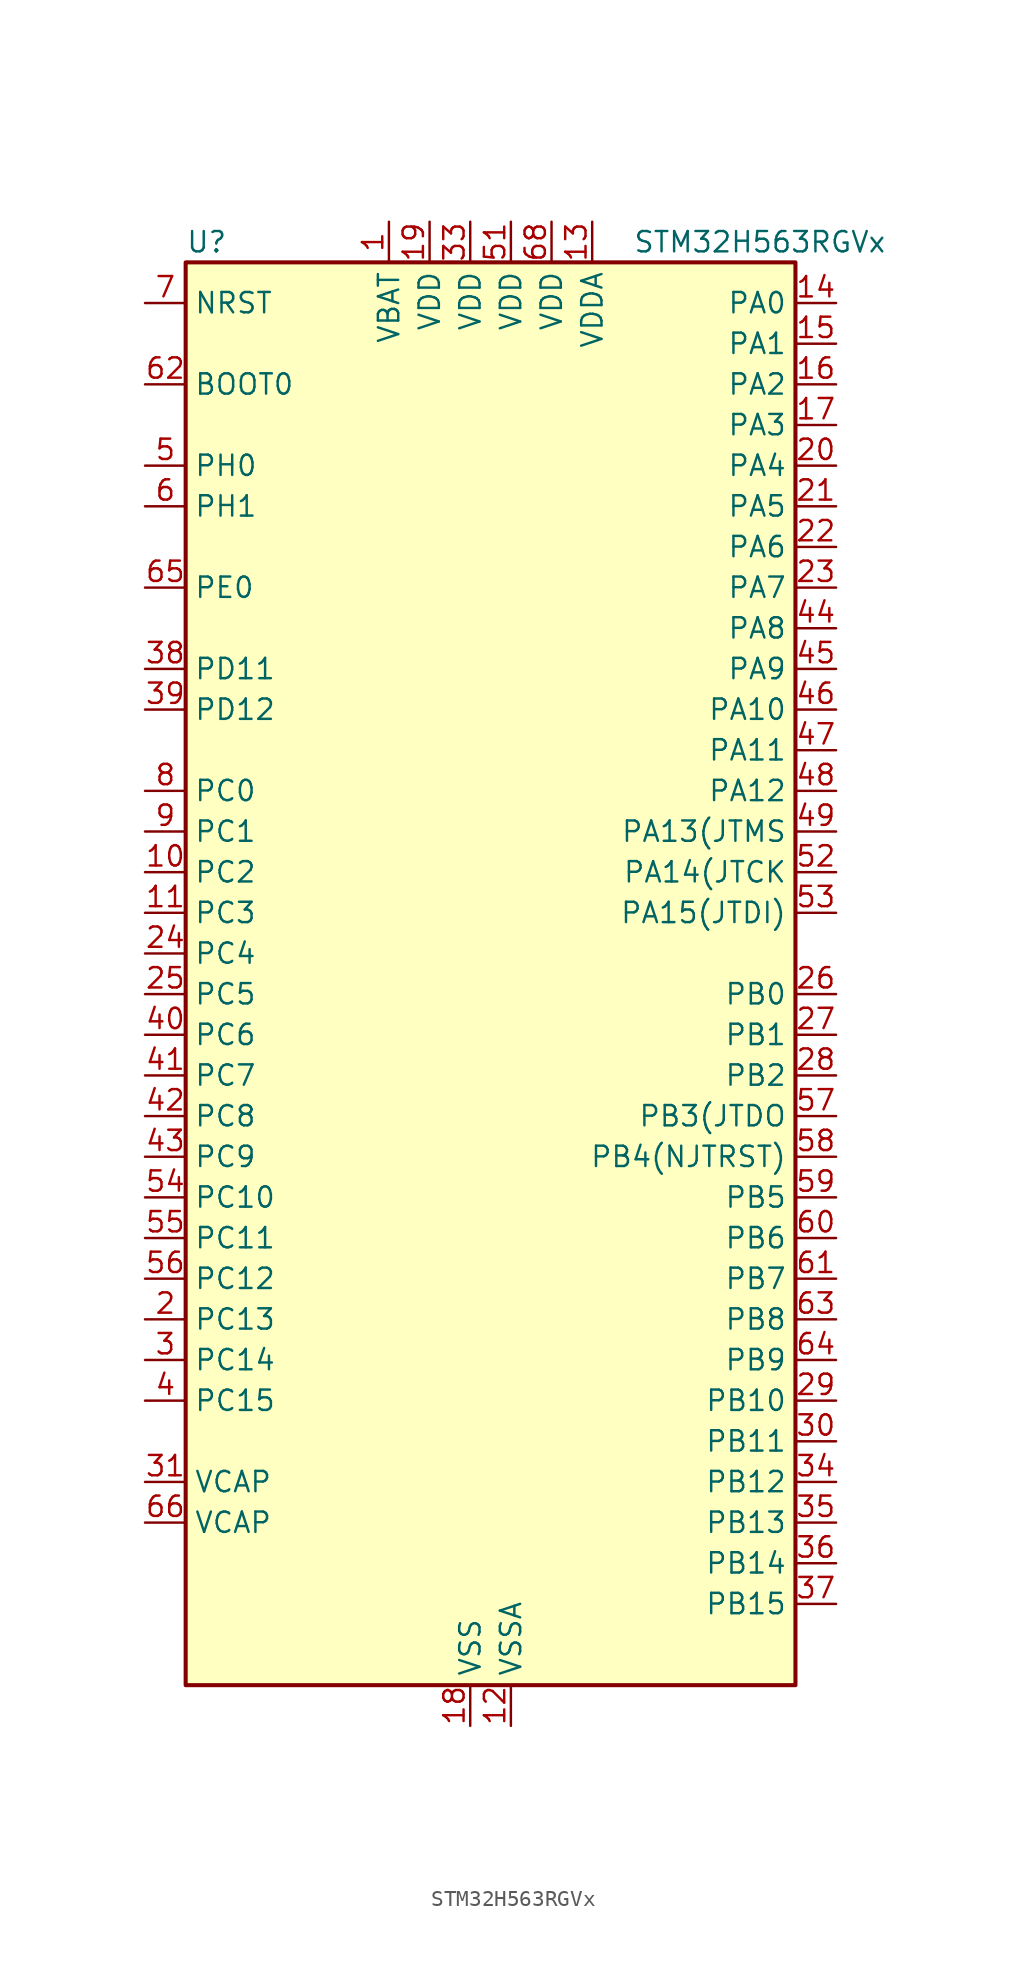
<source format=kicad_sym>
(kicad_symbol_lib
  (version 20231120)
  (generator "kicad_symbol_editor")
  (generator_version "8.0")
  (symbol "STM32H563RGVx"
    (property "Reference" "U"
      (at -17.78 46.99 0)
      (effects (font (size 1.27 1.27)) (justify left)))
    (property "Value" "STM32H563RGVx"
      (at 10.16 46.99 0)
      (effects (font (size 1.27 1.27)) (justify left)))
    (property "ki_locked" ""
      (at 0 0 0)
      (effects (font (size 1.27 1.27))))
    (symbol "STM32H563RGVx_0_1"
      (rectangle (start -17.78 -43.18) (end 20.32 45.72) (stroke (width 0.254) (type default)) (fill (type background))))
    (symbol "STM32H563RGVx_1_1"
      (pin power_in line (at -5.08 48.26 270) (length 2.54) (name "VBAT" (effects (font (size 1.27 1.27)))) (number "1" (effects (font (size 1.27 1.27)))))
      (pin bidirectional line (at -20.32 7.62 0) (length 2.54) (name "PC2" (effects (font (size 1.27 1.27)))) (number "10" (effects (font (size 1.27 1.27)))) (alternate "ADC1_INN11" bidirectional line) (alternate "ADC1_INP12" bidirectional line) (alternate "ADC2_INN11" bidirectional line) (alternate "ADC2_INP12" bidirectional line) (alternate "ETH_TXD2" bidirectional line) (alternate "I2S2_SDI" bidirectional line) (alternate "OCTOSPI1_IO2" bidirectional line) (alternate "OCTOSPI1_IO5" bidirectional line) (alternate "PWR_CSLEEP" bidirectional line) (alternate "SPI2_MISO" bidirectional line) (alternate "TIM17_CH1" bidirectional line) (alternate "TIM4_CH4" bidirectional line))
      (pin bidirectional line (at -20.32 5.08 0) (length 2.54) (name "PC3" (effects (font (size 1.27 1.27)))) (number "11" (effects (font (size 1.27 1.27)))) (alternate "ADC1_INN12" bidirectional line) (alternate "ADC1_INP13" bidirectional line) (alternate "ADC2_INN12" bidirectional line) (alternate "ADC2_INP13" bidirectional line) (alternate "ETH_TX_CLK" bidirectional line) (alternate "I2S2_SDO" bidirectional line) (alternate "LPTIM3_CH1" bidirectional line) (alternate "OCTOSPI1_IO0" bidirectional line) (alternate "OCTOSPI1_IO6" bidirectional line) (alternate "PWR_CSTOP" bidirectional line) (alternate "SAI1_D3" bidirectional line) (alternate "SPI2_MOSI" bidirectional line))
      (pin power_in line (at 2.54 -45.72 90) (length 2.54) (name "VSSA" (effects (font (size 1.27 1.27)))) (number "12" (effects (font (size 1.27 1.27)))))
      (pin power_in line (at 7.62 48.26 270) (length 2.54) (name "VDDA" (effects (font (size 1.27 1.27)))) (number "13" (effects (font (size 1.27 1.27)))))
      (pin bidirectional line (at 22.86 43.18 180) (length 2.54) (name "PA0" (effects (font (size 1.27 1.27)))) (number "14" (effects (font (size 1.27 1.27)))) (alternate "ADC1_INN1" bidirectional line) (alternate "ADC1_INP0" bidirectional line) (alternate "ADC2_INN1" bidirectional line) (alternate "ADC2_INP0" bidirectional line) (alternate "ETH_CRS" bidirectional line) (alternate "PWR_WKUP1" bidirectional line) (alternate "SAI2_SD_B" bidirectional line) (alternate "SPI3_RDY" bidirectional line) (alternate "SPI6_NSS" bidirectional line) (alternate "TAMP_IN2" bidirectional line) (alternate "TAMP_OUT1" bidirectional line) (alternate "TIM15_BKIN" bidirectional line) (alternate "TIM2_CH1" bidirectional line) (alternate "TIM2_ETR" bidirectional line) (alternate "TIM5_CH1" bidirectional line) (alternate "TIM8_ETR" bidirectional line) (alternate "UART4_TX" bidirectional line) (alternate "USART2_CTS" bidirectional line) (alternate "USART2_NSS" bidirectional line))
      (pin bidirectional line (at 22.86 40.64 180) (length 2.54) (name "PA1" (effects (font (size 1.27 1.27)))) (number "15" (effects (font (size 1.27 1.27)))) (alternate "ADC1_INP1" bidirectional line) (alternate "ADC2_INP1" bidirectional line) (alternate "ETH_REF_CLK" bidirectional line) (alternate "ETH_RX_CLK" bidirectional line) (alternate "LPTIM1_IN1" bidirectional line) (alternate "OCTOSPI1_DQS" bidirectional line) (alternate "OCTOSPI1_IO3" bidirectional line) (alternate "SAI2_MCLK_B" bidirectional line) (alternate "TAMP_IN5" bidirectional line) (alternate "TAMP_OUT4" bidirectional line) (alternate "TIM15_CH1N" bidirectional line) (alternate "TIM2_CH2" bidirectional line) (alternate "TIM5_CH2" bidirectional line) (alternate "UART4_RX" bidirectional line) (alternate "USART2_RTS" bidirectional line))
      (pin bidirectional line (at 22.86 38.1 180) (length 2.54) (name "PA2" (effects (font (size 1.27 1.27)))) (number "16" (effects (font (size 1.27 1.27)))) (alternate "ADC1_INP14" bidirectional line) (alternate "ADC2_INP14" bidirectional line) (alternate "ETH_MDIO" bidirectional line) (alternate "LPTIM1_IN2" bidirectional line) (alternate "PWR_WKUP2" bidirectional line) (alternate "SAI2_SCK_B" bidirectional line) (alternate "TAMP_IN4" bidirectional line) (alternate "TAMP_OUT3" bidirectional line) (alternate "TIM15_CH1" bidirectional line) (alternate "TIM2_CH3" bidirectional line) (alternate "TIM5_CH3" bidirectional line) (alternate "USART2_TX" bidirectional line))
      (pin bidirectional line (at 22.86 35.56 180) (length 2.54) (name "PA3" (effects (font (size 1.27 1.27)))) (number "17" (effects (font (size 1.27 1.27)))) (alternate "ADC1_INP15" bidirectional line) (alternate "ADC2_INP15" bidirectional line) (alternate "ETH_COL" bidirectional line) (alternate "I2S2_WS" bidirectional line) (alternate "OCTOSPI1_CLK" bidirectional line) (alternate "SAI1_SD_B" bidirectional line) (alternate "SPI2_NSS" bidirectional line) (alternate "TIM15_CH2" bidirectional line) (alternate "TIM2_CH4" bidirectional line) (alternate "TIM5_CH4" bidirectional line) (alternate "USART2_RX" bidirectional line))
      (pin power_in line (at 0 -45.72 90) (length 2.54) (name "VSS" (effects (font (size 1.27 1.27)))) (number "18" (effects (font (size 1.27 1.27)))))
      (pin power_in line (at -2.54 48.26 270) (length 2.54) (name "VDD" (effects (font (size 1.27 1.27)))) (number "19" (effects (font (size 1.27 1.27)))))
      (pin bidirectional line (at -20.32 -20.32 0) (length 2.54) (name "PC13" (effects (font (size 1.27 1.27)))) (number "2" (effects (font (size 1.27 1.27)))) (alternate "PWR_WKUP4" bidirectional line) (alternate "RTC_OUT1" bidirectional line) (alternate "RTC_TS" bidirectional line) (alternate "TAMP_IN1" bidirectional line) (alternate "TAMP_OUT2" bidirectional line) (alternate "TAMP_OUT3" bidirectional line))
      (pin bidirectional line (at 22.86 33.02 180) (length 2.54) (name "PA4" (effects (font (size 1.27 1.27)))) (number "20" (effects (font (size 1.27 1.27)))) (alternate "ADC1_INP18" bidirectional line) (alternate "ADC2_INP18" bidirectional line) (alternate "DAC1_OUT1" bidirectional line) (alternate "DCMI_HSYNC" bidirectional line) (alternate "I2S1_WS" bidirectional line) (alternate "I2S3_WS" bidirectional line) (alternate "LPTIM2_CH1" bidirectional line) (alternate "PSSI_DE" bidirectional line) (alternate "SPI1_NSS" bidirectional line) (alternate "SPI3_NSS" bidirectional line) (alternate "SPI6_NSS" bidirectional line) (alternate "TIM5_ETR" bidirectional line) (alternate "USART2_CK" bidirectional line))
      (pin bidirectional line (at 22.86 30.48 180) (length 2.54) (name "PA5" (effects (font (size 1.27 1.27)))) (number "21" (effects (font (size 1.27 1.27)))) (alternate "ADC1_INN18" bidirectional line) (alternate "ADC1_INP19" bidirectional line) (alternate "ADC2_INN18" bidirectional line) (alternate "ADC2_INP19" bidirectional line) (alternate "DAC1_OUT2" bidirectional line) (alternate "ETH_TX_EN" bidirectional line) (alternate "I2S1_CK" bidirectional line) (alternate "PSSI_D14" bidirectional line) (alternate "SPI1_SCK" bidirectional line) (alternate "SPI6_SCK" bidirectional line) (alternate "TIM2_CH1" bidirectional line) (alternate "TIM2_ETR" bidirectional line) (alternate "TIM8_CH1N" bidirectional line))
      (pin bidirectional line (at 22.86 27.94 180) (length 2.54) (name "PA6" (effects (font (size 1.27 1.27)))) (number "22" (effects (font (size 1.27 1.27)))) (alternate "ADC1_INP3" bidirectional line) (alternate "ADC2_INP3" bidirectional line) (alternate "DCMI_PIXCLK" bidirectional line) (alternate "I2S1_SDI" bidirectional line) (alternate "OCTOSPI1_IO3" bidirectional line) (alternate "PSSI_PDCK" bidirectional line) (alternate "SPI1_MISO" bidirectional line) (alternate "SPI6_MISO" bidirectional line) (alternate "TIM13_CH1" bidirectional line) (alternate "TIM1_BKIN" bidirectional line) (alternate "TIM3_CH1" bidirectional line) (alternate "TIM8_BKIN" bidirectional line) (alternate "USART11_TX" bidirectional line))
      (pin bidirectional line (at 22.86 25.4 180) (length 2.54) (name "PA7" (effects (font (size 1.27 1.27)))) (number "23" (effects (font (size 1.27 1.27)))) (alternate "ADC1_INN3" bidirectional line) (alternate "ADC1_INP7" bidirectional line) (alternate "ADC2_INN3" bidirectional line) (alternate "ADC2_INP7" bidirectional line) (alternate "ETH_CRS_DV" bidirectional line) (alternate "ETH_RX_DV" bidirectional line) (alternate "I2S1_SDO" bidirectional line) (alternate "OCTOSPI1_IO2" bidirectional line) (alternate "SPI1_MOSI" bidirectional line) (alternate "SPI6_MOSI" bidirectional line) (alternate "TIM14_CH1" bidirectional line) (alternate "TIM1_CH1N" bidirectional line) (alternate "TIM3_CH2" bidirectional line) (alternate "TIM8_CH1N" bidirectional line) (alternate "USART11_RX" bidirectional line))
      (pin bidirectional line (at -20.32 2.54 0) (length 2.54) (name "PC4" (effects (font (size 1.27 1.27)))) (number "24" (effects (font (size 1.27 1.27)))) (alternate "ADC1_INP4" bidirectional line) (alternate "ADC2_INP4" bidirectional line) (alternate "ETH_RXD0" bidirectional line) (alternate "I2S1_MCK" bidirectional line) (alternate "LPTIM2_ETR" bidirectional line) (alternate "SAI1_CK1" bidirectional line) (alternate "TIM2_CH4" bidirectional line) (alternate "USART3_RX" bidirectional line))
      (pin bidirectional line (at -20.32 0 0) (length 2.54) (name "PC5" (effects (font (size 1.27 1.27)))) (number "25" (effects (font (size 1.27 1.27)))) (alternate "ADC1_INN4" bidirectional line) (alternate "ADC1_INP8" bidirectional line) (alternate "ADC2_INN4" bidirectional line) (alternate "ADC2_INP8" bidirectional line) (alternate "ETH_RXD1" bidirectional line) (alternate "OCTOSPI1_DQS" bidirectional line) (alternate "PSSI_D15" bidirectional line) (alternate "SAI1_D3" bidirectional line) (alternate "SAI1_FS_A" bidirectional line) (alternate "TIM1_CH4N" bidirectional line))
      (pin bidirectional line (at 22.86 0 180) (length 2.54) (name "PB0" (effects (font (size 1.27 1.27)))) (number "26" (effects (font (size 1.27 1.27)))) (alternate "ADC1_INN5" bidirectional line) (alternate "ADC1_INP9" bidirectional line) (alternate "ADC2_INN5" bidirectional line) (alternate "ADC2_INP9" bidirectional line) (alternate "ETH_RXD2" bidirectional line) (alternate "LPTIM3_CH1" bidirectional line) (alternate "OCTOSPI1_IO1" bidirectional line) (alternate "TIM1_CH2N" bidirectional line) (alternate "TIM3_CH3" bidirectional line) (alternate "TIM8_CH2N" bidirectional line) (alternate "UART4_CTS" bidirectional line) (alternate "USART11_CK" bidirectional line))
      (pin bidirectional line (at 22.86 -2.54 180) (length 2.54) (name "PB1" (effects (font (size 1.27 1.27)))) (number "27" (effects (font (size 1.27 1.27)))) (alternate "ADC1_INP5" bidirectional line) (alternate "ADC2_INP5" bidirectional line) (alternate "ETH_RXD3" bidirectional line) (alternate "LPTIM3_CH2" bidirectional line) (alternate "OCTOSPI1_IO0" bidirectional line) (alternate "TIM1_CH3N" bidirectional line) (alternate "TIM3_CH4" bidirectional line) (alternate "TIM8_CH3N" bidirectional line))
      (pin bidirectional line (at 22.86 -5.08 180) (length 2.54) (name "PB2" (effects (font (size 1.27 1.27)))) (number "28" (effects (font (size 1.27 1.27)))) (alternate "I2S3_SDO" bidirectional line) (alternate "LPTIM1_CH1" bidirectional line) (alternate "LPTIM5_ETR" bidirectional line) (alternate "OCTOSPI1_CLK" bidirectional line) (alternate "OCTOSPI1_DQS" bidirectional line) (alternate "RCC_LSCO" bidirectional line) (alternate "RTC_OUT2" bidirectional line) (alternate "SAI1_D1" bidirectional line) (alternate "SAI1_SD_A" bidirectional line) (alternate "SDMMC1_CMD" bidirectional line) (alternate "SPI1_RDY" bidirectional line) (alternate "SPI3_MOSI" bidirectional line) (alternate "TIM8_CH4N" bidirectional line))
      (pin bidirectional line (at 22.86 -25.4 180) (length 2.54) (name "PB10" (effects (font (size 1.27 1.27)))) (number "29" (effects (font (size 1.27 1.27)))) (alternate "ETH_RX_ER" bidirectional line) (alternate "I2C2_SCL" bidirectional line) (alternate "I2S2_CK" bidirectional line) (alternate "LPTIM2_IN1" bidirectional line) (alternate "LPTIM3_CH1" bidirectional line) (alternate "OCTOSPI1_NCS" bidirectional line) (alternate "SPI2_SCK" bidirectional line) (alternate "TIM2_CH3" bidirectional line) (alternate "USART3_TX" bidirectional line))
      (pin bidirectional line (at -20.32 -22.86 0) (length 2.54) (name "PC14" (effects (font (size 1.27 1.27)))) (number "3" (effects (font (size 1.27 1.27)))) (alternate "RCC_OSC32_IN" bidirectional line))
      (pin bidirectional line (at 22.86 -27.94 180) (length 2.54) (name "PB11" (effects (font (size 1.27 1.27)))) (number "30" (effects (font (size 1.27 1.27)))) (alternate "ADC1_EXTI11" bidirectional line) (alternate "ADC2_EXTI11" bidirectional line) (alternate "ETH_TX_EN" bidirectional line) (alternate "I2C2_SDA" bidirectional line) (alternate "LPTIM2_ETR" bidirectional line) (alternate "SPI2_RDY" bidirectional line) (alternate "TIM2_CH4" bidirectional line) (alternate "USART3_RX" bidirectional line))
      (pin power_out line (at -20.32 -30.48 0) (length 2.54) (name "VCAP" (effects (font (size 1.27 1.27)))) (number "31" (effects (font (size 1.27 1.27)))))
      (pin passive line (at 0 -45.72 90) (length 2.54) hide (name "VSS" (effects (font (size 1.27 1.27)))) (number "32" (effects (font (size 1.27 1.27)))))
      (pin power_in line (at 0 48.26 270) (length 2.54) (name "VDD" (effects (font (size 1.27 1.27)))) (number "33" (effects (font (size 1.27 1.27)))))
      (pin bidirectional line (at 22.86 -30.48 180) (length 2.54) (name "PB12" (effects (font (size 1.27 1.27)))) (number "34" (effects (font (size 1.27 1.27)))) (alternate "ETH_TXD0" bidirectional line) (alternate "FDCAN2_RX" bidirectional line) (alternate "I2C2_SDA" bidirectional line) (alternate "I2S2_WS" bidirectional line) (alternate "OCTOSPI1_NCLK" bidirectional line) (alternate "SPI2_NSS" bidirectional line) (alternate "TIM1_BKIN" bidirectional line) (alternate "UART5_RX" bidirectional line) (alternate "UCPD1_FRSTX" bidirectional line) (alternate "USART3_CK" bidirectional line))
      (pin bidirectional line (at 22.86 -33.02 180) (length 2.54) (name "PB13" (effects (font (size 1.27 1.27)))) (number "35" (effects (font (size 1.27 1.27)))) (alternate "FDCAN2_TX" bidirectional line) (alternate "I2C2_SMBA" bidirectional line) (alternate "I2S2_CK" bidirectional line) (alternate "LPTIM2_CH1" bidirectional line) (alternate "LPTIM3_IN1" bidirectional line) (alternate "SDMMC1_D0" bidirectional line) (alternate "SPI2_SCK" bidirectional line) (alternate "TIM1_CH1N" bidirectional line) (alternate "UART5_TX" bidirectional line) (alternate "UCPD1_CC1" bidirectional line) (alternate "USART3_CTS" bidirectional line) (alternate "USART3_NSS" bidirectional line))
      (pin bidirectional line (at 22.86 -35.56 180) (length 2.54) (name "PB14" (effects (font (size 1.27 1.27)))) (number "36" (effects (font (size 1.27 1.27)))) (alternate "I2S2_SDI" bidirectional line) (alternate "LPTIM3_ETR" bidirectional line) (alternate "SPI2_MISO" bidirectional line) (alternate "TIM12_CH1" bidirectional line) (alternate "TIM1_CH2N" bidirectional line) (alternate "TIM8_CH2N" bidirectional line) (alternate "UART4_DE" bidirectional line) (alternate "UART4_RTS" bidirectional line) (alternate "UCPD1_CC2" bidirectional line) (alternate "USART1_TX" bidirectional line) (alternate "USART3_RTS" bidirectional line))
      (pin bidirectional line (at 22.86 -38.1 180) (length 2.54) (name "PB15" (effects (font (size 1.27 1.27)))) (number "37" (effects (font (size 1.27 1.27)))) (alternate "ADC1_EXTI15" bidirectional line) (alternate "ADC2_EXTI15" bidirectional line) (alternate "DCMI_D2" bidirectional line) (alternate "ETH_TXD1" bidirectional line) (alternate "I2S2_SDO" bidirectional line) (alternate "OCTOSPI1_CLK" bidirectional line) (alternate "PSSI_D2" bidirectional line) (alternate "PWR_PVD_IN" bidirectional line) (alternate "RTC_REFIN" bidirectional line) (alternate "SPI2_MOSI" bidirectional line) (alternate "TIM12_CH2" bidirectional line) (alternate "TIM1_CH3N" bidirectional line) (alternate "TIM8_CH3N" bidirectional line) (alternate "UART4_CTS" bidirectional line) (alternate "UART5_RX" bidirectional line) (alternate "USART11_CTS" bidirectional line) (alternate "USART11_NSS" bidirectional line) (alternate "USART1_RX" bidirectional line))
      (pin bidirectional line (at -20.32 20.32 0) (length 2.54) (name "PD11" (effects (font (size 1.27 1.27)))) (number "38" (effects (font (size 1.27 1.27)))) (alternate "ADC1_EXTI11" bidirectional line) (alternate "ADC2_EXTI11" bidirectional line) (alternate "I2C4_SMBA" bidirectional line) (alternate "LPTIM2_IN2" bidirectional line) (alternate "OCTOSPI1_IO0" bidirectional line) (alternate "SAI1_CK1" bidirectional line) (alternate "SAI2_SD_A" bidirectional line) (alternate "UART4_RX" bidirectional line) (alternate "USART3_CTS" bidirectional line) (alternate "USART3_NSS" bidirectional line))
      (pin bidirectional line (at -20.32 17.78 0) (length 2.54) (name "PD12" (effects (font (size 1.27 1.27)))) (number "39" (effects (font (size 1.27 1.27)))) (alternate "DCMI_D12" bidirectional line) (alternate "I2C4_SCL" bidirectional line) (alternate "I3C1_SCL" bidirectional line) (alternate "LPTIM1_IN1" bidirectional line) (alternate "LPTIM2_IN1" bidirectional line) (alternate "OCTOSPI1_IO1" bidirectional line) (alternate "PSSI_D12" bidirectional line) (alternate "SAI1_D1" bidirectional line) (alternate "SAI2_FS_A" bidirectional line) (alternate "TIM4_CH1" bidirectional line) (alternate "UART4_TX" bidirectional line) (alternate "USART3_RTS" bidirectional line))
      (pin bidirectional line (at -20.32 -25.4 0) (length 2.54) (name "PC15" (effects (font (size 1.27 1.27)))) (number "4" (effects (font (size 1.27 1.27)))) (alternate "ADC1_EXTI15" bidirectional line) (alternate "ADC2_EXTI15" bidirectional line) (alternate "RCC_OSC32_OUT" bidirectional line))
      (pin bidirectional line (at -20.32 -2.54 0) (length 2.54) (name "PC6" (effects (font (size 1.27 1.27)))) (number "40" (effects (font (size 1.27 1.27)))) (alternate "DCMI_D0" bidirectional line) (alternate "I2S2_MCK" bidirectional line) (alternate "OCTOSPI1_IO5" bidirectional line) (alternate "PSSI_D0" bidirectional line) (alternate "SAI1_SCK_A" bidirectional line) (alternate "SDMMC1_D0DIR" bidirectional line) (alternate "SDMMC1_D6" bidirectional line) (alternate "TIM3_CH1" bidirectional line) (alternate "TIM8_CH1" bidirectional line) (alternate "USART6_TX" bidirectional line))
      (pin bidirectional line (at -20.32 -5.08 0) (length 2.54) (name "PC7" (effects (font (size 1.27 1.27)))) (number "41" (effects (font (size 1.27 1.27)))) (alternate "DCMI_D1" bidirectional line) (alternate "DEBUG_TRGIO" bidirectional line) (alternate "I2S3_MCK" bidirectional line) (alternate "OCTOSPI1_IO6" bidirectional line) (alternate "PSSI_D1" bidirectional line) (alternate "SDMMC1_D123DIR" bidirectional line) (alternate "SDMMC1_D7" bidirectional line) (alternate "TIM3_CH2" bidirectional line) (alternate "TIM8_CH2" bidirectional line) (alternate "USART6_RX" bidirectional line))
      (pin bidirectional line (at -20.32 -7.62 0) (length 2.54) (name "PC8" (effects (font (size 1.27 1.27)))) (number "42" (effects (font (size 1.27 1.27)))) (alternate "DCMI_D2" bidirectional line) (alternate "DEBUG_TRACED1" bidirectional line) (alternate "PSSI_D2" bidirectional line) (alternate "SDMMC1_D0" bidirectional line) (alternate "TIM3_CH3" bidirectional line) (alternate "TIM8_CH3" bidirectional line) (alternate "UART5_DE" bidirectional line) (alternate "UART5_RTS" bidirectional line) (alternate "USART6_CK" bidirectional line))
      (pin bidirectional line (at -20.32 -10.16 0) (length 2.54) (name "PC9" (effects (font (size 1.27 1.27)))) (number "43" (effects (font (size 1.27 1.27)))) (alternate "AUDIOCLK" bidirectional line) (alternate "DAC1_EXTI9" bidirectional line) (alternate "DCMI_D3" bidirectional line) (alternate "I2C3_SDA" bidirectional line) (alternate "OCTOSPI1_IO0" bidirectional line) (alternate "PSSI_D3" bidirectional line) (alternate "RCC_MCO_2" bidirectional line) (alternate "SDMMC1_D1" bidirectional line) (alternate "TIM3_CH4" bidirectional line) (alternate "TIM8_CH4" bidirectional line) (alternate "UART5_CTS" bidirectional line) (alternate "UCPD1_DB2" bidirectional line))
      (pin bidirectional line (at 22.86 22.86 180) (length 2.54) (name "PA8" (effects (font (size 1.27 1.27)))) (number "44" (effects (font (size 1.27 1.27)))) (alternate "DCMI_D3" bidirectional line) (alternate "I2C3_SCL" bidirectional line) (alternate "PSSI_D3" bidirectional line) (alternate "RCC_MCO_1" bidirectional line) (alternate "SPI1_RDY" bidirectional line) (alternate "TIM1_CH1" bidirectional line) (alternate "TIM8_BKIN2" bidirectional line) (alternate "UART7_RX" bidirectional line) (alternate "USART1_CK" bidirectional line) (alternate "USB_SOF" bidirectional line))
      (pin bidirectional line (at 22.86 20.32 180) (length 2.54) (name "PA9" (effects (font (size 1.27 1.27)))) (number "45" (effects (font (size 1.27 1.27)))) (alternate "DAC1_EXTI9" bidirectional line) (alternate "DCMI_D0" bidirectional line) (alternate "ETH_TX_ER" bidirectional line) (alternate "I2C3_SMBA" bidirectional line) (alternate "I2S2_CK" bidirectional line) (alternate "LPUART1_TX" bidirectional line) (alternate "PSSI_D0" bidirectional line) (alternate "SPI2_SCK" bidirectional line) (alternate "TIM1_CH2" bidirectional line) (alternate "UCPD1_DB1" bidirectional line) (alternate "USART1_TX" bidirectional line))
      (pin bidirectional line (at 22.86 17.78 180) (length 2.54) (name "PA10" (effects (font (size 1.27 1.27)))) (number "46" (effects (font (size 1.27 1.27)))) (alternate "DCMI_D1" bidirectional line) (alternate "FDCAN2_TX" bidirectional line) (alternate "LPTIM2_IN2" bidirectional line) (alternate "LPUART1_RX" bidirectional line) (alternate "PSSI_D1" bidirectional line) (alternate "SDMMC1_D0" bidirectional line) (alternate "TIM1_CH3" bidirectional line) (alternate "UCPD1_FRSTX" bidirectional line) (alternate "USART1_RX" bidirectional line))
      (pin bidirectional line (at 22.86 15.24 180) (length 2.54) (name "PA11" (effects (font (size 1.27 1.27)))) (number "47" (effects (font (size 1.27 1.27)))) (alternate "ADC1_EXTI11" bidirectional line) (alternate "ADC2_EXTI11" bidirectional line) (alternate "FDCAN1_RX" bidirectional line) (alternate "I2S2_WS" bidirectional line) (alternate "LPUART1_CTS" bidirectional line) (alternate "SPI2_NSS" bidirectional line) (alternate "TIM1_CH4" bidirectional line) (alternate "UART4_RX" bidirectional line) (alternate "USART1_CTS" bidirectional line) (alternate "USART1_NSS" bidirectional line) (alternate "USB_DM" bidirectional line))
      (pin bidirectional line (at 22.86 12.7 180) (length 2.54) (name "PA12" (effects (font (size 1.27 1.27)))) (number "48" (effects (font (size 1.27 1.27)))) (alternate "FDCAN1_TX" bidirectional line) (alternate "I2S2_CK" bidirectional line) (alternate "LPUART1_RTS" bidirectional line) (alternate "SAI2_FS_B" bidirectional line) (alternate "SPI2_SCK" bidirectional line) (alternate "TIM1_ETR" bidirectional line) (alternate "UART4_TX" bidirectional line) (alternate "USART1_RTS" bidirectional line) (alternate "USB_DP" bidirectional line))
      (pin bidirectional line (at 22.86 10.16 180) (length 2.54) (name "PA13(JTMS" (effects (font (size 1.27 1.27)))) (number "49" (effects (font (size 1.27 1.27)))) (alternate "DEBUG_JTMS-SWDIO" bidirectional line))
      (pin bidirectional line (at -20.32 33.02 0) (length 2.54) (name "PH0" (effects (font (size 1.27 1.27)))) (number "5" (effects (font (size 1.27 1.27)))) (alternate "RCC_OSC_IN" bidirectional line))
      (pin passive line (at 0 -45.72 90) (length 2.54) hide (name "VSS" (effects (font (size 1.27 1.27)))) (number "50" (effects (font (size 1.27 1.27)))))
      (pin power_in line (at 2.54 48.26 270) (length 2.54) (name "VDD" (effects (font (size 1.27 1.27)))) (number "51" (effects (font (size 1.27 1.27)))))
      (pin bidirectional line (at 22.86 7.62 180) (length 2.54) (name "PA14(JTCK" (effects (font (size 1.27 1.27)))) (number "52" (effects (font (size 1.27 1.27)))) (alternate "DEBUG_JTCK-SWCLK" bidirectional line))
      (pin bidirectional line (at 22.86 5.08 180) (length 2.54) (name "PA15(JTDI)" (effects (font (size 1.27 1.27)))) (number "53" (effects (font (size 1.27 1.27)))) (alternate "ADC1_EXTI15" bidirectional line) (alternate "ADC2_EXTI15" bidirectional line) (alternate "CEC" bidirectional line) (alternate "DCMI_D11" bidirectional line) (alternate "DEBUG_JTDI" bidirectional line) (alternate "I2S1_WS" bidirectional line) (alternate "I2S3_WS" bidirectional line) (alternate "LPTIM3_IN2" bidirectional line) (alternate "PSSI_D11" bidirectional line) (alternate "SPI1_NSS" bidirectional line) (alternate "SPI3_NSS" bidirectional line) (alternate "SPI6_NSS" bidirectional line) (alternate "TIM2_CH1" bidirectional line) (alternate "TIM2_ETR" bidirectional line) (alternate "UART4_DE" bidirectional line) (alternate "UART4_RTS" bidirectional line) (alternate "UART7_TX" bidirectional line))
      (pin bidirectional line (at -20.32 -12.7 0) (length 2.54) (name "PC10" (effects (font (size 1.27 1.27)))) (number "54" (effects (font (size 1.27 1.27)))) (alternate "DCMI_D8" bidirectional line) (alternate "ETH_TXD0" bidirectional line) (alternate "I2S3_CK" bidirectional line) (alternate "LPTIM3_ETR" bidirectional line) (alternate "OCTOSPI1_IO1" bidirectional line) (alternate "PSSI_D8" bidirectional line) (alternate "SDMMC1_D2" bidirectional line) (alternate "SPI3_SCK" bidirectional line) (alternate "UART4_TX" bidirectional line) (alternate "USART3_TX" bidirectional line))
      (pin bidirectional line (at -20.32 -15.24 0) (length 2.54) (name "PC11" (effects (font (size 1.27 1.27)))) (number "55" (effects (font (size 1.27 1.27)))) (alternate "ADC1_EXTI11" bidirectional line) (alternate "ADC2_EXTI11" bidirectional line) (alternate "DCMI_D4" bidirectional line) (alternate "I2S3_SDI" bidirectional line) (alternate "LPTIM3_IN1" bidirectional line) (alternate "OCTOSPI1_NCS" bidirectional line) (alternate "PSSI_D4" bidirectional line) (alternate "SDMMC1_D3" bidirectional line) (alternate "SPI3_MISO" bidirectional line) (alternate "UART4_RX" bidirectional line) (alternate "USART3_RX" bidirectional line))
      (pin bidirectional line (at -20.32 -17.78 0) (length 2.54) (name "PC12" (effects (font (size 1.27 1.27)))) (number "56" (effects (font (size 1.27 1.27)))) (alternate "DCMI_D9" bidirectional line) (alternate "DEBUG_TRACED3" bidirectional line) (alternate "I2S3_SDO" bidirectional line) (alternate "PSSI_D9" bidirectional line) (alternate "SDMMC1_CK" bidirectional line) (alternate "SPI3_MOSI" bidirectional line) (alternate "SPI6_SCK" bidirectional line) (alternate "TIM15_CH1" bidirectional line) (alternate "UART5_TX" bidirectional line) (alternate "USART3_CK" bidirectional line))
      (pin bidirectional line (at 22.86 -7.62 180) (length 2.54) (name "PB3(JTDO" (effects (font (size 1.27 1.27)))) (number "57" (effects (font (size 1.27 1.27)))) (alternate "CRS_SYNC" bidirectional line) (alternate "DEBUG_JTDO-SWO" bidirectional line) (alternate "I2C2_SDA" bidirectional line) (alternate "I2S1_CK" bidirectional line) (alternate "I2S3_CK" bidirectional line) (alternate "LPTIM6_ETR" bidirectional line) (alternate "SPI1_SCK" bidirectional line) (alternate "SPI3_SCK" bidirectional line) (alternate "SPI6_SCK" bidirectional line) (alternate "TIM2_CH2" bidirectional line) (alternate "UART7_RX" bidirectional line))
      (pin bidirectional line (at 22.86 -10.16 180) (length 2.54) (name "PB4(NJTRST)" (effects (font (size 1.27 1.27)))) (number "58" (effects (font (size 1.27 1.27)))) (alternate "DCMI_D7" bidirectional line) (alternate "DEBUG_JTRST" bidirectional line) (alternate "I2S1_SDI" bidirectional line) (alternate "I2S2_WS" bidirectional line) (alternate "I2S3_SDI" bidirectional line) (alternate "LPTIM1_CH2" bidirectional line) (alternate "OCTOSPI1_CLK" bidirectional line) (alternate "PSSI_D7" bidirectional line) (alternate "SPI1_MISO" bidirectional line) (alternate "SPI2_NSS" bidirectional line) (alternate "SPI3_MISO" bidirectional line) (alternate "SPI6_MISO" bidirectional line) (alternate "TIM16_BKIN" bidirectional line) (alternate "TIM3_CH1" bidirectional line) (alternate "UART7_TX" bidirectional line))
      (pin bidirectional line (at 22.86 -12.7 180) (length 2.54) (name "PB5" (effects (font (size 1.27 1.27)))) (number "59" (effects (font (size 1.27 1.27)))) (alternate "DCMI_D10" bidirectional line) (alternate "ETH_PPS_OUT" bidirectional line) (alternate "FDCAN2_RX" bidirectional line) (alternate "I2C1_SMBA" bidirectional line) (alternate "I2C4_SMBA" bidirectional line) (alternate "I2S1_SDO" bidirectional line) (alternate "I2S3_SDO" bidirectional line) (alternate "OCTOSPI1_NCLK" bidirectional line) (alternate "PSSI_D10" bidirectional line) (alternate "SPI1_MOSI" bidirectional line) (alternate "SPI3_MOSI" bidirectional line) (alternate "SPI6_MOSI" bidirectional line) (alternate "TIM17_BKIN" bidirectional line) (alternate "TIM3_CH2" bidirectional line) (alternate "UART5_RX" bidirectional line))
      (pin bidirectional line (at -20.32 30.48 0) (length 2.54) (name "PH1" (effects (font (size 1.27 1.27)))) (number "6" (effects (font (size 1.27 1.27)))) (alternate "RCC_OSC_OUT" bidirectional line))
      (pin bidirectional line (at 22.86 -15.24 180) (length 2.54) (name "PB6" (effects (font (size 1.27 1.27)))) (number "60" (effects (font (size 1.27 1.27)))) (alternate "CEC" bidirectional line) (alternate "DCMI_D5" bidirectional line) (alternate "FDCAN2_TX" bidirectional line) (alternate "I2C1_SCL" bidirectional line) (alternate "I2C4_SCL" bidirectional line) (alternate "I3C1_SCL" bidirectional line) (alternate "LPUART1_TX" bidirectional line) (alternate "OCTOSPI1_NCS" bidirectional line) (alternate "PSSI_D5" bidirectional line) (alternate "TIM16_CH1N" bidirectional line) (alternate "TIM4_CH1" bidirectional line) (alternate "UART5_TX" bidirectional line) (alternate "USART1_TX" bidirectional line))
      (pin bidirectional line (at 22.86 -17.78 180) (length 2.54) (name "PB7" (effects (font (size 1.27 1.27)))) (number "61" (effects (font (size 1.27 1.27)))) (alternate "DCMI_VSYNC" bidirectional line) (alternate "FDCAN1_TX" bidirectional line) (alternate "I2C1_SDA" bidirectional line) (alternate "I2C4_SDA" bidirectional line) (alternate "I3C1_SDA" bidirectional line) (alternate "LPUART1_RX" bidirectional line) (alternate "PSSI_RDY" bidirectional line) (alternate "PWR_WKUP5" bidirectional line) (alternate "TIM17_CH1N" bidirectional line) (alternate "TIM4_CH2" bidirectional line) (alternate "USART1_RX" bidirectional line))
      (pin input line (at -20.32 38.1 0) (length 2.54) (name "BOOT0" (effects (font (size 1.27 1.27)))) (number "62" (effects (font (size 1.27 1.27)))))
      (pin bidirectional line (at 22.86 -20.32 180) (length 2.54) (name "PB8" (effects (font (size 1.27 1.27)))) (number "63" (effects (font (size 1.27 1.27)))) (alternate "DCMI_D6" bidirectional line) (alternate "ETH_TXD3" bidirectional line) (alternate "FDCAN1_RX" bidirectional line) (alternate "I2C1_SCL" bidirectional line) (alternate "I2C4_SCL" bidirectional line) (alternate "I3C1_SCL" bidirectional line) (alternate "PSSI_D6" bidirectional line) (alternate "SDMMC1_CKIN" bidirectional line) (alternate "SDMMC1_D4" bidirectional line) (alternate "TIM16_CH1" bidirectional line) (alternate "TIM4_CH3" bidirectional line) (alternate "UART4_RX" bidirectional line))
      (pin bidirectional line (at 22.86 -22.86 180) (length 2.54) (name "PB9" (effects (font (size 1.27 1.27)))) (number "64" (effects (font (size 1.27 1.27)))) (alternate "DAC1_EXTI9" bidirectional line) (alternate "DCMI_D7" bidirectional line) (alternate "FDCAN1_TX" bidirectional line) (alternate "I2C1_SDA" bidirectional line) (alternate "I2C4_SDA" bidirectional line) (alternate "I2S2_WS" bidirectional line) (alternate "I3C1_SDA" bidirectional line) (alternate "PSSI_D7" bidirectional line) (alternate "SDMMC1_CDIR" bidirectional line) (alternate "SDMMC1_D5" bidirectional line) (alternate "SPI2_NSS" bidirectional line) (alternate "TIM17_CH1" bidirectional line) (alternate "TIM4_CH4" bidirectional line) (alternate "UART4_TX" bidirectional line))
      (pin bidirectional line (at -20.32 25.4 0) (length 2.54) (name "PE0" (effects (font (size 1.27 1.27)))) (number "65" (effects (font (size 1.27 1.27)))) (alternate "DCMI_D2" bidirectional line) (alternate "FDCAN1_RX" bidirectional line) (alternate "LPTIM1_ETR" bidirectional line) (alternate "LPTIM2_CH2" bidirectional line) (alternate "LPTIM2_ETR" bidirectional line) (alternate "PSSI_D2" bidirectional line) (alternate "SAI2_MCLK_A" bidirectional line) (alternate "SPI3_RDY" bidirectional line) (alternate "TIM4_ETR" bidirectional line))
      (pin power_out line (at -20.32 -33.02 0) (length 2.54) (name "VCAP" (effects (font (size 1.27 1.27)))) (number "66" (effects (font (size 1.27 1.27)))))
      (pin passive line (at 0 -45.72 90) (length 2.54) hide (name "VSS" (effects (font (size 1.27 1.27)))) (number "67" (effects (font (size 1.27 1.27)))))
      (pin power_in line (at 5.08 48.26 270) (length 2.54) (name "VDD" (effects (font (size 1.27 1.27)))) (number "68" (effects (font (size 1.27 1.27)))))
      (pin passive line (at 0 -45.72 90) (length 2.54) hide (name "VSS" (effects (font (size 1.27 1.27)))) (number "69" (effects (font (size 1.27 1.27)))))
      (pin input line (at -20.32 43.18 0) (length 2.54) (name "NRST" (effects (font (size 1.27 1.27)))) (number "7" (effects (font (size 1.27 1.27)))))
      (pin bidirectional line (at -20.32 12.7 0) (length 2.54) (name "PC0" (effects (font (size 1.27 1.27)))) (number "8" (effects (font (size 1.27 1.27)))) (alternate "ADC1_INP10" bidirectional line) (alternate "ADC2_INP10" bidirectional line) (alternate "OCTOSPI1_IO7" bidirectional line) (alternate "SAI1_MCLK_A" bidirectional line) (alternate "SAI2_FS_B" bidirectional line) (alternate "SPI2_RDY" bidirectional line) (alternate "TIM16_BKIN" bidirectional line))
      (pin bidirectional line (at -20.32 10.16 0) (length 2.54) (name "PC1" (effects (font (size 1.27 1.27)))) (number "9" (effects (font (size 1.27 1.27)))) (alternate "ADC1_INN10" bidirectional line) (alternate "ADC1_INP11" bidirectional line) (alternate "ADC2_INN10" bidirectional line) (alternate "ADC2_INP11" bidirectional line) (alternate "DEBUG_TRACED0" bidirectional line) (alternate "ETH_MDC" bidirectional line) (alternate "I2S2_SDO" bidirectional line) (alternate "OCTOSPI1_IO4" bidirectional line) (alternate "PWR_WKUP6" bidirectional line) (alternate "SAI1_D1" bidirectional line) (alternate "SAI1_SD_A" bidirectional line) (alternate "SAI2_SD_A" bidirectional line) (alternate "SPI2_MOSI" bidirectional line) (alternate "TAMP_IN3" bidirectional line) (alternate "TAMP_OUT5" bidirectional line) (alternate "USART11_RTS" bidirectional line)))))
</source>
